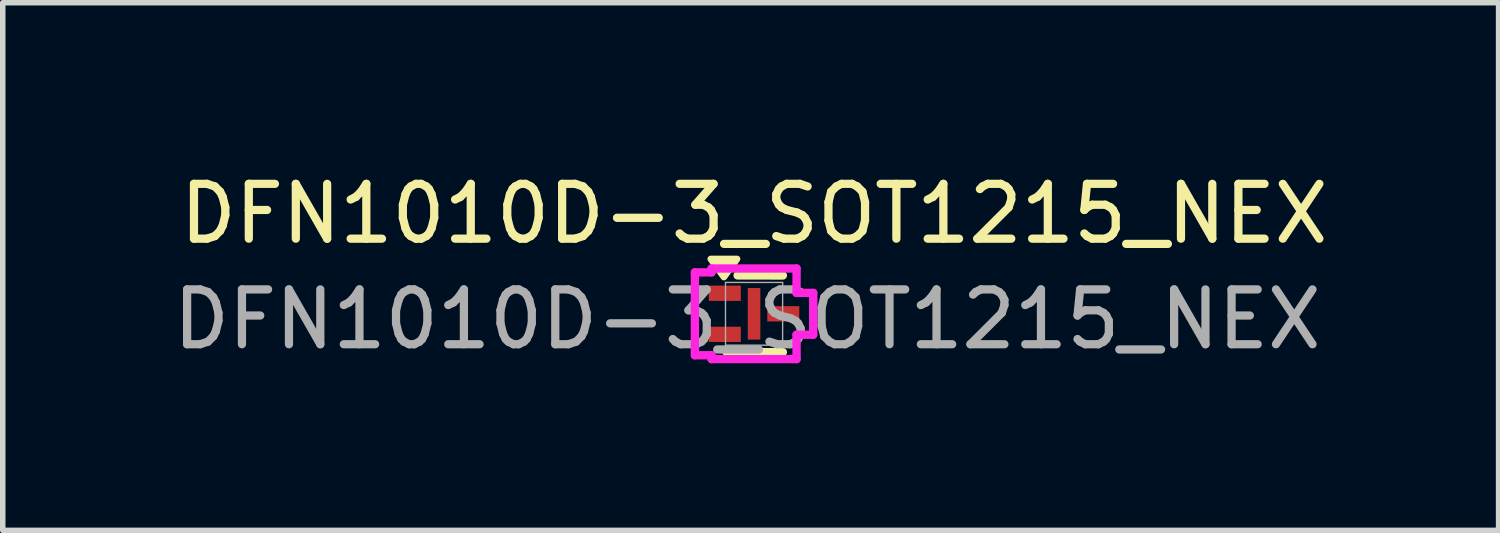
<source format=kicad_pcb>
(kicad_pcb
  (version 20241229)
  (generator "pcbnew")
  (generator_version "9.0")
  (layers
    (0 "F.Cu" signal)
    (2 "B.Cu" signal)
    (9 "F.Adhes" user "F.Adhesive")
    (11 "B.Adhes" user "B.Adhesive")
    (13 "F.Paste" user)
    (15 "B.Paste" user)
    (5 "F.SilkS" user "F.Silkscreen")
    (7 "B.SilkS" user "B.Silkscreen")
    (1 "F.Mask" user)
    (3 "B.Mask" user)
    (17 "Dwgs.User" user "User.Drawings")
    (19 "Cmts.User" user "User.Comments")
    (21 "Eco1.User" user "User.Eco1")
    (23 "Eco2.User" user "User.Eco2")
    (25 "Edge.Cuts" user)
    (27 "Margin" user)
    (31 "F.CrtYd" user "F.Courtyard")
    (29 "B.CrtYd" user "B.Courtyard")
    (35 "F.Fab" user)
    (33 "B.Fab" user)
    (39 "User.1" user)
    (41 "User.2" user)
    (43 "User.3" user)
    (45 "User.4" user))
  (footprint "DFN1010D-3_SOT1215_NEX"
    (layer "F.Cu")
    (at 10.702 2.673)
    (property "Reference" "DFN1010D-3_SOT1215_NEX" (at 0 -1.825 0) (unlocked yes) (layer "F.SilkS") (effects (font (size 1 1) (thickness 0.15))))
    (attr smd)
    (fp_line (start -0.5 0.7) (end 0.525 0.7) (stroke (width 0.152) (type solid)) (layer "F.SilkS"))
    (fp_line (start 0.525 -0.699) (end -0.3 -0.7) (stroke (width 0.152) (type solid)) (layer "F.SilkS"))
    (fp_poly (pts (xy -0.55 -0.67) (xy -0.79 -1) (xy -0.31 -1) (xy -0.55 -0.67)) (stroke (width 0.12) (type solid)) (fill yes) (layer "F.SilkS"))
    (fp_line (start -1.079 -0.756) (end -0.775 -0.756) (stroke (width 0.152) (type solid)) (layer "F.CrtYd"))
    (fp_line (start -1.079 0.756) (end -1.079 -0.756) (stroke (width 0.152) (type solid)) (layer "F.CrtYd"))
    (fp_line (start -0.775 -0.826) (end 0.775 -0.826) (stroke (width 0.152) (type solid)) (layer "F.CrtYd"))
    (fp_line (start -0.775 -0.756) (end -0.775 -0.826) (stroke (width 0.152) (type solid)) (layer "F.CrtYd"))
    (fp_line (start -0.775 0.756) (end -1.079 0.756) (stroke (width 0.152) (type solid)) (layer "F.CrtYd"))
    (fp_line (start -0.775 0.826) (end -0.775 0.756) (stroke (width 0.152) (type solid)) (layer "F.CrtYd"))
    (fp_line (start 0.775 -0.826) (end 0.775 -0.381) (stroke (width 0.152) (type solid)) (layer "F.CrtYd"))
    (fp_line (start 0.775 -0.381) (end 1.079 -0.381) (stroke (width 0.152) (type solid)) (layer "F.CrtYd"))
    (fp_line (start 0.775 0.381) (end 0.775 0.826) (stroke (width 0.152) (type solid)) (layer "F.CrtYd"))
    (fp_line (start 0.775 0.826) (end -0.775 0.826) (stroke (width 0.152) (type solid)) (layer "F.CrtYd"))
    (fp_line (start 1.079 -0.381) (end 1.079 0.381) (stroke (width 0.152) (type solid)) (layer "F.CrtYd"))
    (fp_line (start 1.079 0.381) (end 0.775 0.381) (stroke (width 0.152) (type solid)) (layer "F.CrtYd"))
    (fp_line (start -0.521 -0.572) (end -0.521 0.572) (stroke (width 0.025) (type solid)) (layer "F.Fab"))
    (fp_line (start -0.521 0.572) (end 0.521 0.572) (stroke (width 0.025) (type solid)) (layer "F.Fab"))
    (fp_line (start 0.521 -0.572) (end -0.521 -0.572) (stroke (width 0.025) (type solid)) (layer "F.Fab"))
    (fp_line (start 0.521 0.572) (end 0.521 -0.572) (stroke (width 0.025) (type solid)) (layer "F.Fab"))
    (fp_text user "${REFERENCE}" (at -0.125 0.1 0) (unlocked yes) (layer "F.Fab") (effects (font (size 1 1) (thickness 0.15))))
    (pad "1" smd rect (at -0.533 -0.375) (size 0.584 0.279) (layers "F.Cu" "F.Mask" "F.Paste"))
    (pad "2" smd rect (at -0.533 0.375) (size 0.584 0.279) (layers "F.Cu" "F.Mask" "F.Paste"))
    (pad "3" smd rect (at 0 0) (size 0.229 0.94) (layers "F.Cu" "F.Mask" "F.Paste"))
    (pad "3" smd rect (at 0.533 0) (size 0.584 0.279) (layers "F.Cu" "F.Mask" "F.Paste")))
  (gr_rect
    (start -3 -3)
    (end 24.28 6.622)
    (stroke (width 0.1) (type default))
    (fill no)
    (layer "Edge.Cuts")))
</source>
